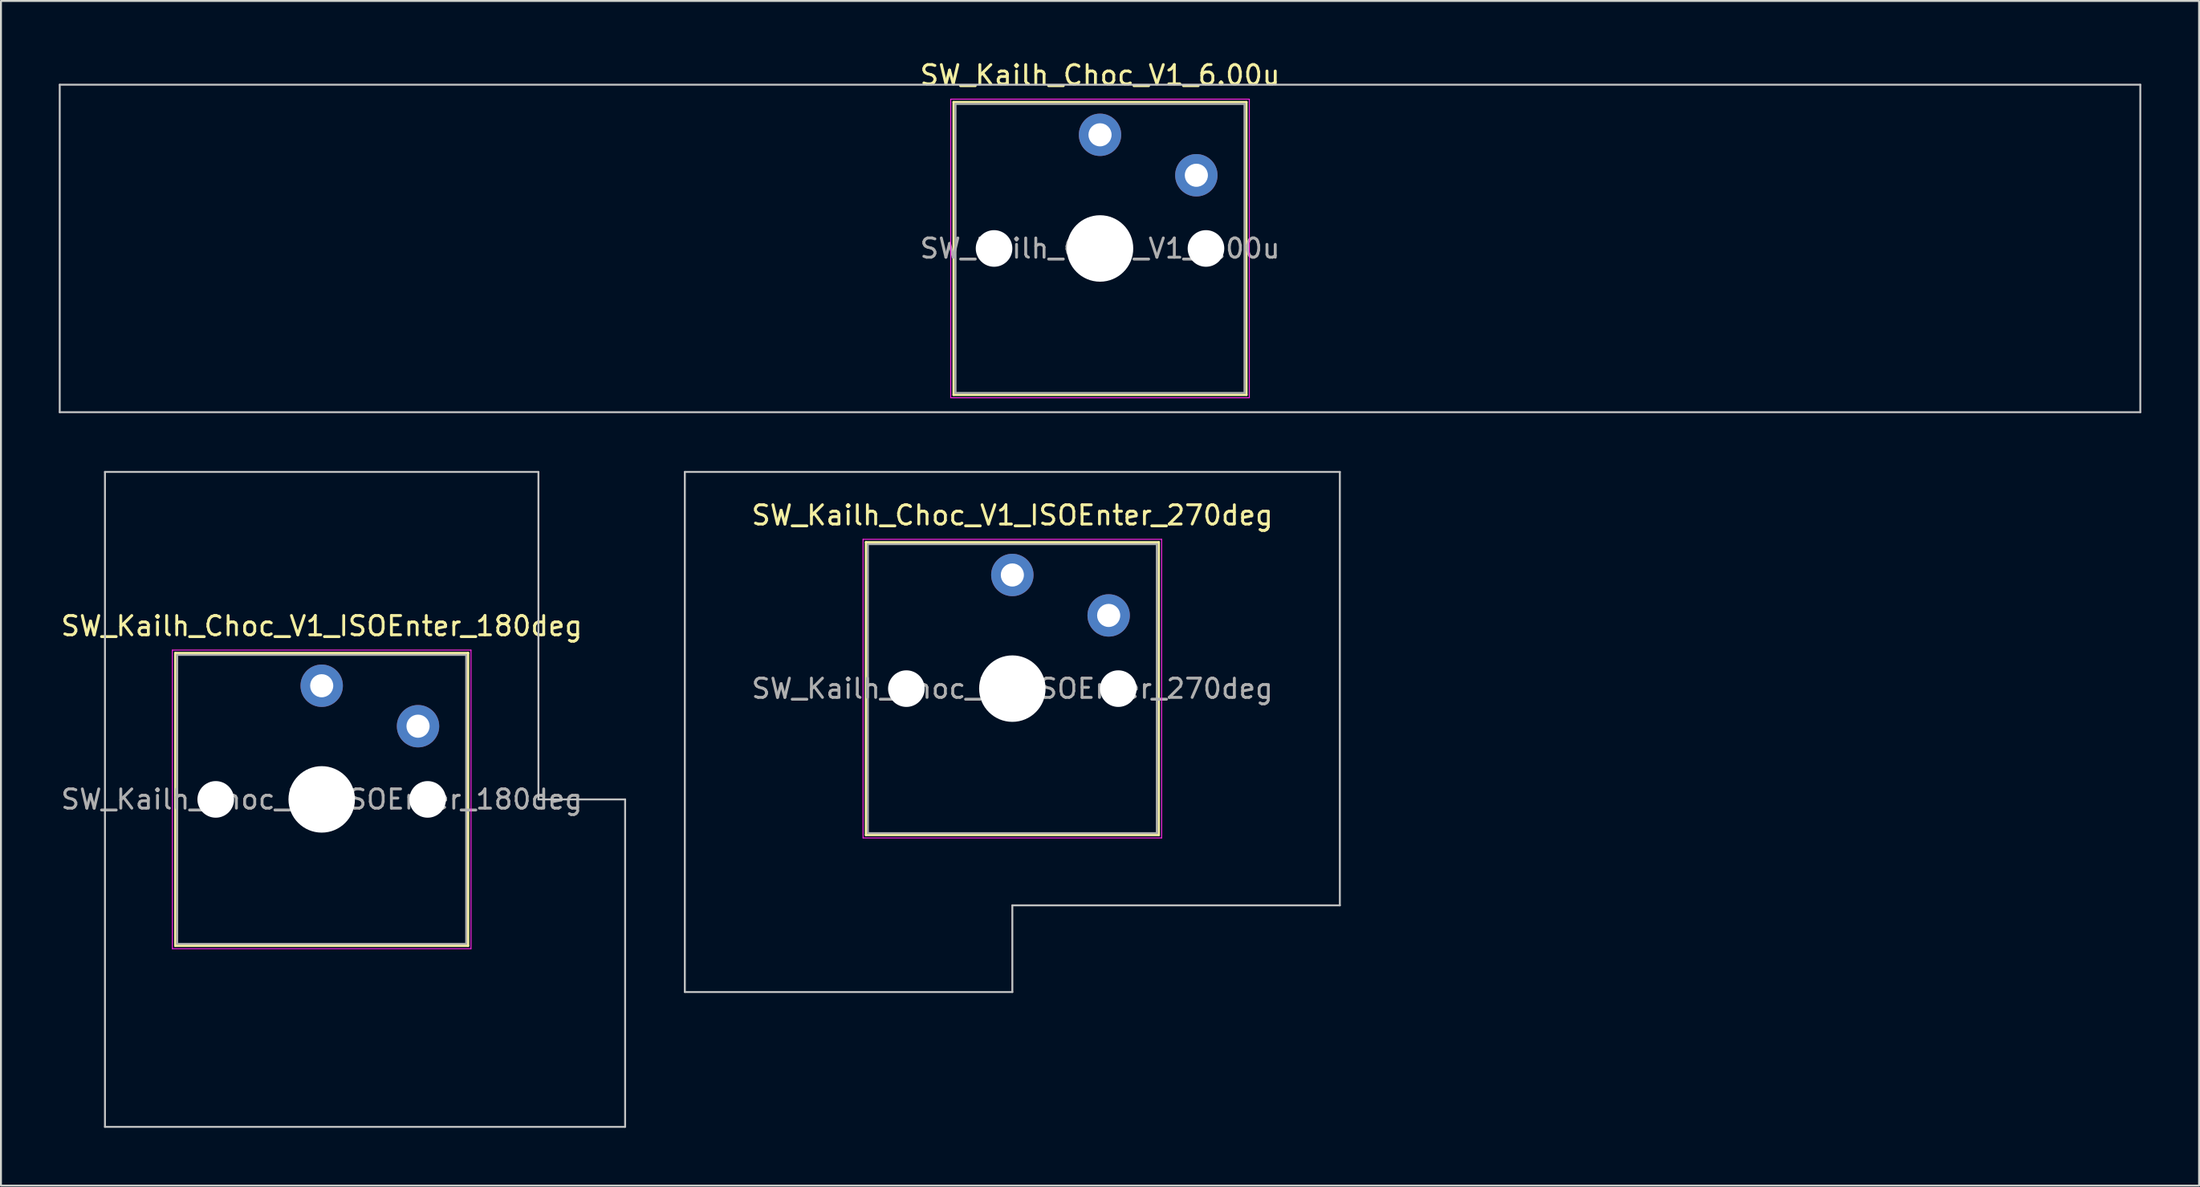
<source format=kicad_pcb>
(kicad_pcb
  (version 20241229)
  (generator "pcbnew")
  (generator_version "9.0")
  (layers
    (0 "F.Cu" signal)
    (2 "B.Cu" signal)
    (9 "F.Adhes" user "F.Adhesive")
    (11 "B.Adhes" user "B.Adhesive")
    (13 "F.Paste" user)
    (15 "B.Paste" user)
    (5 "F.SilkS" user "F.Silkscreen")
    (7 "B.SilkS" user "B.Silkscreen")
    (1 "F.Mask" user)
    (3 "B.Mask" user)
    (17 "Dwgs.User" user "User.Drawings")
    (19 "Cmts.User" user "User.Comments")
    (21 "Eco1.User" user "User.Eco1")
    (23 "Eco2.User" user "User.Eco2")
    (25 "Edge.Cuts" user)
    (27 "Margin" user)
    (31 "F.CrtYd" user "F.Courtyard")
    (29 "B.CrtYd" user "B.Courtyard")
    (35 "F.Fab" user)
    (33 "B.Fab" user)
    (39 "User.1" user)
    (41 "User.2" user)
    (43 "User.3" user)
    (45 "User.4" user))
  (footprint "SW_Kailh_Choc_V1_ISOEnter_270deg"
    (layer "F.Cu")
    (at 49.499 32.698)
    (property "Reference" "SW_Kailh_Choc_V1_ISOEnter_270deg" (at 0 -9 0) (layer "F.SilkS") (effects (font (size 1 1) (thickness 0.15))))
    (attr through_hole)
    (fp_line (start -7.6 -7.6) (end -7.6 7.6) (stroke (width 0.12) (type solid)) (layer "F.SilkS"))
    (fp_line (start -7.6 7.6) (end 7.6 7.6) (stroke (width 0.12) (type solid)) (layer "F.SilkS"))
    (fp_line (start 7.6 -7.6) (end -7.6 -7.6) (stroke (width 0.12) (type solid)) (layer "F.SilkS"))
    (fp_line (start 7.6 7.6) (end 7.6 -7.6) (stroke (width 0.12) (type solid)) (layer "F.SilkS"))
    (fp_line (start -17 -11.25) (end -17 15.75) (stroke (width 0.1) (type solid)) (layer "Dwgs.User"))
    (fp_line (start -17 15.75) (end 0 15.75) (stroke (width 0.1) (type solid)) (layer "Dwgs.User"))
    (fp_line (start 0 11.25) (end 17 11.25) (stroke (width 0.1) (type solid)) (layer "Dwgs.User"))
    (fp_line (start 0 15.75) (end 0 11.25) (stroke (width 0.1) (type solid)) (layer "Dwgs.User"))
    (fp_line (start 17 -11.25) (end -17 -11.25) (stroke (width 0.1) (type solid)) (layer "Dwgs.User"))
    (fp_line (start 17 11.25) (end 17 -11.25) (stroke (width 0.1) (type solid)) (layer "Dwgs.User"))
    (fp_line (start -7.25 -7.25) (end -7.25 7.25) (stroke (width 0.1) (type solid)) (layer "Eco1.User"))
    (fp_line (start -7.25 7.25) (end 7.25 7.25) (stroke (width 0.1) (type solid)) (layer "Eco1.User"))
    (fp_line (start 7.25 -7.25) (end -7.25 -7.25) (stroke (width 0.1) (type solid)) (layer "Eco1.User"))
    (fp_line (start 7.25 7.25) (end 7.25 -7.25) (stroke (width 0.1) (type solid)) (layer "Eco1.User"))
    (fp_line (start -7.75 -7.75) (end -7.75 7.75) (stroke (width 0.05) (type solid)) (layer "F.CrtYd"))
    (fp_line (start -7.75 7.75) (end 7.75 7.75) (stroke (width 0.05) (type solid)) (layer "F.CrtYd"))
    (fp_line (start 7.75 -7.75) (end -7.75 -7.75) (stroke (width 0.05) (type solid)) (layer "F.CrtYd"))
    (fp_line (start 7.75 7.75) (end 7.75 -7.75) (stroke (width 0.05) (type solid)) (layer "F.CrtYd"))
    (fp_line (start -7.5 -7.5) (end -7.5 7.5) (stroke (width 0.1) (type solid)) (layer "F.Fab"))
    (fp_line (start -7.5 7.5) (end 7.5 7.5) (stroke (width 0.1) (type solid)) (layer "F.Fab"))
    (fp_line (start 7.5 -7.5) (end -7.5 -7.5) (stroke (width 0.1) (type solid)) (layer "F.Fab"))
    (fp_line (start 7.5 7.5) (end 7.5 -7.5) (stroke (width 0.1) (type solid)) (layer "F.Fab"))
    (fp_text user "${REFERENCE}" (at 0 0 0) (layer "F.Fab") (effects (font (size 1 1) (thickness 0.15))))
    (pad "" np_thru_hole circle (at -5.5 0) (size 1.9 1.9) (drill 1.9) (layers "*.Cu" "*.Mask"))
    (pad "" smd circle (at 0 -5.9) (size 1.25 1.25) (layers "F.Mask"))
    (pad "" np_thru_hole circle (at 0 0) (size 3.45 3.45) (drill 3.45) (layers "*.Cu" "*.Mask"))
    (pad "" smd circle (at 5 -3.8) (size 1.25 1.25) (layers "F.Mask"))
    (pad "" np_thru_hole circle (at 5.5 0) (size 1.9 1.9) (drill 1.9) (layers "*.Cu" "*.Mask"))
    (pad "1" thru_hole circle (at 0 -5.9) (size 2.2 2.2) (drill 1.2) (layers "*.Cu" "B.Mask"))
    (pad "2" thru_hole circle (at 5 -3.8) (size 2.2 2.2) (drill 1.2) (layers "*.Cu" "B.Mask")))
  (footprint "SW_Kailh_Choc_V1_6.00u"
    (layer "F.Cu")
    (at 54.05 9.848)
    (property "Reference" "SW_Kailh_Choc_V1_6.00u" (at 0 -9 0) (layer "F.SilkS") (effects (font (size 1 1) (thickness 0.15))))
    (attr through_hole)
    (fp_line (start -7.6 -7.6) (end -7.6 7.6) (stroke (width 0.12) (type solid)) (layer "F.SilkS"))
    (fp_line (start -7.6 7.6) (end 7.6 7.6) (stroke (width 0.12) (type solid)) (layer "F.SilkS"))
    (fp_line (start 7.6 -7.6) (end -7.6 -7.6) (stroke (width 0.12) (type solid)) (layer "F.SilkS"))
    (fp_line (start 7.6 7.6) (end 7.6 -7.6) (stroke (width 0.12) (type solid)) (layer "F.SilkS"))
    (fp_line (start -54 -8.5) (end -54 8.5) (stroke (width 0.1) (type solid)) (layer "Dwgs.User"))
    (fp_line (start -54 8.5) (end 54 8.5) (stroke (width 0.1) (type solid)) (layer "Dwgs.User"))
    (fp_line (start 54 -8.5) (end -54 -8.5) (stroke (width 0.1) (type solid)) (layer "Dwgs.User"))
    (fp_line (start 54 8.5) (end 54 -8.5) (stroke (width 0.1) (type solid)) (layer "Dwgs.User"))
    (fp_line (start -7.25 -7.25) (end -7.25 7.25) (stroke (width 0.1) (type solid)) (layer "Eco1.User"))
    (fp_line (start -7.25 7.25) (end 7.25 7.25) (stroke (width 0.1) (type solid)) (layer "Eco1.User"))
    (fp_line (start 7.25 -7.25) (end -7.25 -7.25) (stroke (width 0.1) (type solid)) (layer "Eco1.User"))
    (fp_line (start 7.25 7.25) (end 7.25 -7.25) (stroke (width 0.1) (type solid)) (layer "Eco1.User"))
    (fp_line (start -7.75 -7.75) (end -7.75 7.75) (stroke (width 0.05) (type solid)) (layer "F.CrtYd"))
    (fp_line (start -7.75 7.75) (end 7.75 7.75) (stroke (width 0.05) (type solid)) (layer "F.CrtYd"))
    (fp_line (start 7.75 -7.75) (end -7.75 -7.75) (stroke (width 0.05) (type solid)) (layer "F.CrtYd"))
    (fp_line (start 7.75 7.75) (end 7.75 -7.75) (stroke (width 0.05) (type solid)) (layer "F.CrtYd"))
    (fp_line (start -7.5 -7.5) (end -7.5 7.5) (stroke (width 0.1) (type solid)) (layer "F.Fab"))
    (fp_line (start -7.5 7.5) (end 7.5 7.5) (stroke (width 0.1) (type solid)) (layer "F.Fab"))
    (fp_line (start 7.5 -7.5) (end -7.5 -7.5) (stroke (width 0.1) (type solid)) (layer "F.Fab"))
    (fp_line (start 7.5 7.5) (end 7.5 -7.5) (stroke (width 0.1) (type solid)) (layer "F.Fab"))
    (fp_text user "${REFERENCE}" (at 0 0 0) (layer "F.Fab") (effects (font (size 1 1) (thickness 0.15))))
    (pad "" np_thru_hole circle (at -5.5 0) (size 1.9 1.9) (drill 1.9) (layers "*.Cu" "*.Mask"))
    (pad "" smd circle (at 0 -5.9) (size 1.25 1.25) (layers "F.Mask"))
    (pad "" np_thru_hole circle (at 0 0) (size 3.45 3.45) (drill 3.45) (layers "*.Cu" "*.Mask"))
    (pad "" smd circle (at 5 -3.8) (size 1.25 1.25) (layers "F.Mask"))
    (pad "" np_thru_hole circle (at 5.5 0) (size 1.9 1.9) (drill 1.9) (layers "*.Cu" "*.Mask"))
    (pad "1" thru_hole circle (at 0 -5.9) (size 2.2 2.2) (drill 1.2) (layers "*.Cu" "B.Mask"))
    (pad "2" thru_hole circle (at 5 -3.8) (size 2.2 2.2) (drill 1.2) (layers "*.Cu" "B.Mask")))
  (footprint "SW_Kailh_Choc_V1_ISOEnter_180deg"
    (layer "F.Cu")
    (at 13.649 38.448)
    (property "Reference" "SW_Kailh_Choc_V1_ISOEnter_180deg" (at 0 -9 0) (layer "F.SilkS") (effects (font (size 1 1) (thickness 0.15))))
    (attr through_hole)
    (fp_line (start -7.6 -7.6) (end -7.6 7.6) (stroke (width 0.12) (type solid)) (layer "F.SilkS"))
    (fp_line (start -7.6 7.6) (end 7.6 7.6) (stroke (width 0.12) (type solid)) (layer "F.SilkS"))
    (fp_line (start 7.6 -7.6) (end -7.6 -7.6) (stroke (width 0.12) (type solid)) (layer "F.SilkS"))
    (fp_line (start 7.6 7.6) (end 7.6 -7.6) (stroke (width 0.12) (type solid)) (layer "F.SilkS"))
    (fp_line (start -11.25 -17) (end -11.25 17) (stroke (width 0.1) (type solid)) (layer "Dwgs.User"))
    (fp_line (start -11.25 17) (end 15.75 17) (stroke (width 0.1) (type solid)) (layer "Dwgs.User"))
    (fp_line (start 11.25 -17) (end -11.25 -17) (stroke (width 0.1) (type solid)) (layer "Dwgs.User"))
    (fp_line (start 11.25 0) (end 11.25 -17) (stroke (width 0.1) (type solid)) (layer "Dwgs.User"))
    (fp_line (start 15.75 0) (end 11.25 0) (stroke (width 0.1) (type solid)) (layer "Dwgs.User"))
    (fp_line (start 15.75 17) (end 15.75 0) (stroke (width 0.1) (type solid)) (layer "Dwgs.User"))
    (fp_line (start -7.25 -7.25) (end -7.25 7.25) (stroke (width 0.1) (type solid)) (layer "Eco1.User"))
    (fp_line (start -7.25 7.25) (end 7.25 7.25) (stroke (width 0.1) (type solid)) (layer "Eco1.User"))
    (fp_line (start 7.25 -7.25) (end -7.25 -7.25) (stroke (width 0.1) (type solid)) (layer "Eco1.User"))
    (fp_line (start 7.25 7.25) (end 7.25 -7.25) (stroke (width 0.1) (type solid)) (layer "Eco1.User"))
    (fp_line (start -7.75 -7.75) (end -7.75 7.75) (stroke (width 0.05) (type solid)) (layer "F.CrtYd"))
    (fp_line (start -7.75 7.75) (end 7.75 7.75) (stroke (width 0.05) (type solid)) (layer "F.CrtYd"))
    (fp_line (start 7.75 -7.75) (end -7.75 -7.75) (stroke (width 0.05) (type solid)) (layer "F.CrtYd"))
    (fp_line (start 7.75 7.75) (end 7.75 -7.75) (stroke (width 0.05) (type solid)) (layer "F.CrtYd"))
    (fp_line (start -7.5 -7.5) (end -7.5 7.5) (stroke (width 0.1) (type solid)) (layer "F.Fab"))
    (fp_line (start -7.5 7.5) (end 7.5 7.5) (stroke (width 0.1) (type solid)) (layer "F.Fab"))
    (fp_line (start 7.5 -7.5) (end -7.5 -7.5) (stroke (width 0.1) (type solid)) (layer "F.Fab"))
    (fp_line (start 7.5 7.5) (end 7.5 -7.5) (stroke (width 0.1) (type solid)) (layer "F.Fab"))
    (fp_text user "${REFERENCE}" (at 0 0 0) (layer "F.Fab") (effects (font (size 1 1) (thickness 0.15))))
    (pad "" np_thru_hole circle (at -5.5 0) (size 1.9 1.9) (drill 1.9) (layers "*.Cu" "*.Mask"))
    (pad "" smd circle (at 0 -5.9) (size 1.25 1.25) (layers "F.Mask"))
    (pad "" np_thru_hole circle (at 0 0) (size 3.45 3.45) (drill 3.45) (layers "*.Cu" "*.Mask"))
    (pad "" smd circle (at 5 -3.8) (size 1.25 1.25) (layers "F.Mask"))
    (pad "" np_thru_hole circle (at 5.5 0) (size 1.9 1.9) (drill 1.9) (layers "*.Cu" "*.Mask"))
    (pad "1" thru_hole circle (at 0 -5.9) (size 2.2 2.2) (drill 1.2) (layers "*.Cu" "B.Mask"))
    (pad "2" thru_hole circle (at 5 -3.8) (size 2.2 2.2) (drill 1.2) (layers "*.Cu" "B.Mask")))
  (gr_rect
    (start -3 -3)
    (end 111.1 58.498)
    (stroke (width 0.1) (type default))
    (fill no)
    (layer "Edge.Cuts")))
</source>
